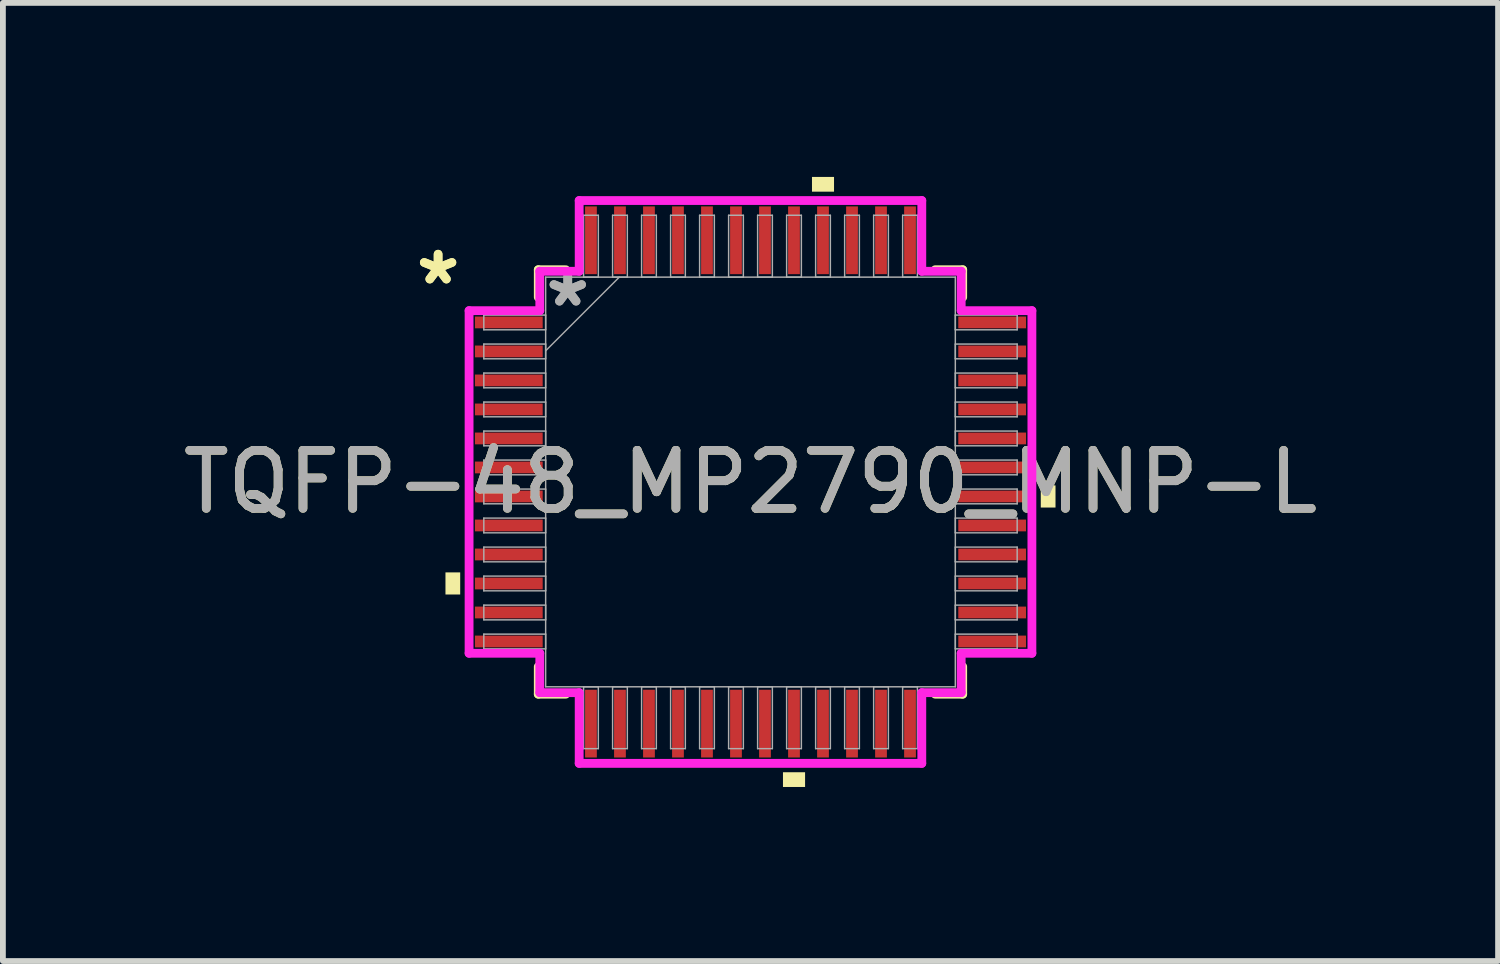
<source format=kicad_pcb>
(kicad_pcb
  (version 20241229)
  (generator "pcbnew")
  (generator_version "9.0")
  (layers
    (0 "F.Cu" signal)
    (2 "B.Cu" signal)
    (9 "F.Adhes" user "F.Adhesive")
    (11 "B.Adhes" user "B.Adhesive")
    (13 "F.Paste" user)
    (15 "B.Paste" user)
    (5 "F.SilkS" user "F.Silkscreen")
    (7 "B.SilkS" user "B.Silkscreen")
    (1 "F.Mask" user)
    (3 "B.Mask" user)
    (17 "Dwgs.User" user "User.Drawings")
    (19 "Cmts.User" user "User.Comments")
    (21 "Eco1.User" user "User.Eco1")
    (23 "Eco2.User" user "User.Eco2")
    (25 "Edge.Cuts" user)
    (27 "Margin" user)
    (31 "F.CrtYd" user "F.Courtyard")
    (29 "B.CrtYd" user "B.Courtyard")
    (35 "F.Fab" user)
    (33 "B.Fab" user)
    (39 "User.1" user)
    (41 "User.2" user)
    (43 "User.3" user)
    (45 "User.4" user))
  (footprint "TQFP-48_MP2790_MNP-L"
    (layer "F.Cu")
    (at 9.887 5.258)
    (property "Reference" "TQFP-48_MP2790_MNP-L" (at 0 0 0) (unlocked yes) (layer "F.SilkS") (effects (font (size 1 1) (thickness 0.15))))
    (attr smd)
    (fp_line (start -3.658 -3.658) (end -3.658 -3.184) (stroke (width 0.152) (type solid)) (layer "F.SilkS"))
    (fp_line (start -3.658 3.184) (end -3.658 3.658) (stroke (width 0.152) (type solid)) (layer "F.SilkS"))
    (fp_line (start -3.658 3.658) (end -3.184 3.658) (stroke (width 0.152) (type solid)) (layer "F.SilkS"))
    (fp_line (start -3.184 -3.658) (end -3.658 -3.658) (stroke (width 0.152) (type solid)) (layer "F.SilkS"))
    (fp_line (start 3.184 3.658) (end 3.658 3.658) (stroke (width 0.152) (type solid)) (layer "F.SilkS"))
    (fp_line (start 3.658 -3.658) (end 3.184 -3.658) (stroke (width 0.152) (type solid)) (layer "F.SilkS"))
    (fp_line (start 3.658 -3.184) (end 3.658 -3.658) (stroke (width 0.152) (type solid)) (layer "F.SilkS"))
    (fp_line (start 3.658 3.658) (end 3.658 3.184) (stroke (width 0.152) (type solid)) (layer "F.SilkS"))
    (fp_poly (pts (xy -5.258 1.559) (xy -5.258 1.94) (xy -5.004 1.94) (xy -5.004 1.559)) (stroke (width 0) (type solid)) (fill yes) (layer "F.SilkS"))
    (fp_poly (pts (xy 0.56 5.004) (xy 0.56 5.258) (xy 0.941 5.258) (xy 0.941 5.004)) (stroke (width 0) (type solid)) (fill yes) (layer "F.SilkS"))
    (fp_poly (pts (xy 1.06 -5.004) (xy 1.06 -5.258) (xy 1.44 -5.258) (xy 1.44 -5.004)) (stroke (width 0) (type solid)) (fill yes) (layer "F.SilkS"))
    (fp_poly (pts (xy 5.258 0.059) (xy 5.258 0.441) (xy 5.004 0.441) (xy 5.004 0.059)) (stroke (width 0) (type solid)) (fill yes) (layer "F.SilkS"))
    (fp_line (start -4.851 -2.953) (end -3.632 -2.953) (stroke (width 0.152) (type solid)) (layer "F.CrtYd"))
    (fp_line (start -4.851 2.953) (end -4.851 -2.953) (stroke (width 0.152) (type solid)) (layer "F.CrtYd"))
    (fp_line (start -3.632 -3.632) (end -2.953 -3.632) (stroke (width 0.152) (type solid)) (layer "F.CrtYd"))
    (fp_line (start -3.632 -2.953) (end -3.632 -3.632) (stroke (width 0.152) (type solid)) (layer "F.CrtYd"))
    (fp_line (start -3.632 2.953) (end -4.851 2.953) (stroke (width 0.152) (type solid)) (layer "F.CrtYd"))
    (fp_line (start -3.632 3.632) (end -3.632 2.953) (stroke (width 0.152) (type solid)) (layer "F.CrtYd"))
    (fp_line (start -3.632 3.632) (end -2.953 3.632) (stroke (width 0.152) (type solid)) (layer "F.CrtYd"))
    (fp_line (start -2.953 -4.851) (end 2.953 -4.851) (stroke (width 0.152) (type solid)) (layer "F.CrtYd"))
    (fp_line (start -2.953 -3.632) (end -2.953 -4.851) (stroke (width 0.152) (type solid)) (layer "F.CrtYd"))
    (fp_line (start -2.953 3.632) (end -2.953 4.851) (stroke (width 0.152) (type solid)) (layer "F.CrtYd"))
    (fp_line (start -2.953 4.851) (end 2.953 4.851) (stroke (width 0.152) (type solid)) (layer "F.CrtYd"))
    (fp_line (start 2.953 -4.851) (end 2.953 -3.632) (stroke (width 0.152) (type solid)) (layer "F.CrtYd"))
    (fp_line (start 2.953 -3.632) (end 3.632 -3.632) (stroke (width 0.152) (type solid)) (layer "F.CrtYd"))
    (fp_line (start 2.953 3.632) (end 3.632 3.632) (stroke (width 0.152) (type solid)) (layer "F.CrtYd"))
    (fp_line (start 2.953 4.851) (end 2.953 3.632) (stroke (width 0.152) (type solid)) (layer "F.CrtYd"))
    (fp_line (start 3.632 -2.953) (end 3.632 -3.632) (stroke (width 0.152) (type solid)) (layer "F.CrtYd"))
    (fp_line (start 3.632 2.953) (end 4.851 2.953) (stroke (width 0.152) (type solid)) (layer "F.CrtYd"))
    (fp_line (start 3.632 3.632) (end 3.632 2.953) (stroke (width 0.152) (type solid)) (layer "F.CrtYd"))
    (fp_line (start 4.851 -2.953) (end 3.632 -2.953) (stroke (width 0.152) (type solid)) (layer "F.CrtYd"))
    (fp_line (start 4.851 2.953) (end 4.851 -2.953) (stroke (width 0.152) (type solid)) (layer "F.CrtYd"))
    (fp_line (start -4.597 -2.877) (end -4.597 -2.623) (stroke (width 0.025) (type solid)) (layer "F.Fab"))
    (fp_line (start -4.597 -2.623) (end -3.531 -2.623) (stroke (width 0.025) (type solid)) (layer "F.Fab"))
    (fp_line (start -4.597 -2.377) (end -4.597 -2.123) (stroke (width 0.025) (type solid)) (layer "F.Fab"))
    (fp_line (start -4.597 -2.123) (end -3.531 -2.123) (stroke (width 0.025) (type solid)) (layer "F.Fab"))
    (fp_line (start -4.597 -1.877) (end -4.597 -1.623) (stroke (width 0.025) (type solid)) (layer "F.Fab"))
    (fp_line (start -4.597 -1.623) (end -3.531 -1.623) (stroke (width 0.025) (type solid)) (layer "F.Fab"))
    (fp_line (start -4.597 -1.377) (end -4.597 -1.123) (stroke (width 0.025) (type solid)) (layer "F.Fab"))
    (fp_line (start -4.597 -1.123) (end -3.531 -1.123) (stroke (width 0.025) (type solid)) (layer "F.Fab"))
    (fp_line (start -4.597 -0.877) (end -4.597 -0.623) (stroke (width 0.025) (type solid)) (layer "F.Fab"))
    (fp_line (start -4.597 -0.623) (end -3.531 -0.623) (stroke (width 0.025) (type solid)) (layer "F.Fab"))
    (fp_line (start -4.597 -0.377) (end -4.597 -0.123) (stroke (width 0.025) (type solid)) (layer "F.Fab"))
    (fp_line (start -4.597 -0.123) (end -3.531 -0.123) (stroke (width 0.025) (type solid)) (layer "F.Fab"))
    (fp_line (start -4.597 0.123) (end -4.597 0.377) (stroke (width 0.025) (type solid)) (layer "F.Fab"))
    (fp_line (start -4.597 0.377) (end -3.531 0.377) (stroke (width 0.025) (type solid)) (layer "F.Fab"))
    (fp_line (start -4.597 0.623) (end -4.597 0.877) (stroke (width 0.025) (type solid)) (layer "F.Fab"))
    (fp_line (start -4.597 0.877) (end -3.531 0.877) (stroke (width 0.025) (type solid)) (layer "F.Fab"))
    (fp_line (start -4.597 1.123) (end -4.597 1.377) (stroke (width 0.025) (type solid)) (layer "F.Fab"))
    (fp_line (start -4.597 1.377) (end -3.531 1.377) (stroke (width 0.025) (type solid)) (layer "F.Fab"))
    (fp_line (start -4.597 1.623) (end -4.597 1.877) (stroke (width 0.025) (type solid)) (layer "F.Fab"))
    (fp_line (start -4.597 1.877) (end -3.531 1.877) (stroke (width 0.025) (type solid)) (layer "F.Fab"))
    (fp_line (start -4.597 2.123) (end -4.597 2.377) (stroke (width 0.025) (type solid)) (layer "F.Fab"))
    (fp_line (start -4.597 2.377) (end -3.531 2.377) (stroke (width 0.025) (type solid)) (layer "F.Fab"))
    (fp_line (start -4.597 2.623) (end -4.597 2.877) (stroke (width 0.025) (type solid)) (layer "F.Fab"))
    (fp_line (start -4.597 2.877) (end -3.531 2.877) (stroke (width 0.025) (type solid)) (layer "F.Fab"))
    (fp_line (start -3.531 -3.531) (end -3.531 3.531) (stroke (width 0.025) (type solid)) (layer "F.Fab"))
    (fp_line (start -3.531 -2.877) (end -4.597 -2.877) (stroke (width 0.025) (type solid)) (layer "F.Fab"))
    (fp_line (start -3.531 -2.623) (end -3.531 -2.877) (stroke (width 0.025) (type solid)) (layer "F.Fab"))
    (fp_line (start -3.531 -2.377) (end -4.597 -2.377) (stroke (width 0.025) (type solid)) (layer "F.Fab"))
    (fp_line (start -3.531 -2.261) (end -2.261 -3.531) (stroke (width 0.025) (type solid)) (layer "F.Fab"))
    (fp_line (start -3.531 -2.123) (end -3.531 -2.377) (stroke (width 0.025) (type solid)) (layer "F.Fab"))
    (fp_line (start -3.531 -1.877) (end -4.597 -1.877) (stroke (width 0.025) (type solid)) (layer "F.Fab"))
    (fp_line (start -3.531 -1.623) (end -3.531 -1.877) (stroke (width 0.025) (type solid)) (layer "F.Fab"))
    (fp_line (start -3.531 -1.377) (end -4.597 -1.377) (stroke (width 0.025) (type solid)) (layer "F.Fab"))
    (fp_line (start -3.531 -1.123) (end -3.531 -1.377) (stroke (width 0.025) (type solid)) (layer "F.Fab"))
    (fp_line (start -3.531 -0.877) (end -4.597 -0.877) (stroke (width 0.025) (type solid)) (layer "F.Fab"))
    (fp_line (start -3.531 -0.623) (end -3.531 -0.877) (stroke (width 0.025) (type solid)) (layer "F.Fab"))
    (fp_line (start -3.531 -0.377) (end -4.597 -0.377) (stroke (width 0.025) (type solid)) (layer "F.Fab"))
    (fp_line (start -3.531 -0.123) (end -3.531 -0.377) (stroke (width 0.025) (type solid)) (layer "F.Fab"))
    (fp_line (start -3.531 0.123) (end -4.597 0.123) (stroke (width 0.025) (type solid)) (layer "F.Fab"))
    (fp_line (start -3.531 0.377) (end -3.531 0.123) (stroke (width 0.025) (type solid)) (layer "F.Fab"))
    (fp_line (start -3.531 0.623) (end -4.597 0.623) (stroke (width 0.025) (type solid)) (layer "F.Fab"))
    (fp_line (start -3.531 0.877) (end -3.531 0.623) (stroke (width 0.025) (type solid)) (layer "F.Fab"))
    (fp_line (start -3.531 1.123) (end -4.597 1.123) (stroke (width 0.025) (type solid)) (layer "F.Fab"))
    (fp_line (start -3.531 1.377) (end -3.531 1.123) (stroke (width 0.025) (type solid)) (layer "F.Fab"))
    (fp_line (start -3.531 1.623) (end -4.597 1.623) (stroke (width 0.025) (type solid)) (layer "F.Fab"))
    (fp_line (start -3.531 1.877) (end -3.531 1.623) (stroke (width 0.025) (type solid)) (layer "F.Fab"))
    (fp_line (start -3.531 2.123) (end -4.597 2.123) (stroke (width 0.025) (type solid)) (layer "F.Fab"))
    (fp_line (start -3.531 2.377) (end -3.531 2.123) (stroke (width 0.025) (type solid)) (layer "F.Fab"))
    (fp_line (start -3.531 2.623) (end -4.597 2.623) (stroke (width 0.025) (type solid)) (layer "F.Fab"))
    (fp_line (start -3.531 2.877) (end -3.531 2.623) (stroke (width 0.025) (type solid)) (layer "F.Fab"))
    (fp_line (start -3.531 3.531) (end 3.531 3.531) (stroke (width 0.025) (type solid)) (layer "F.Fab"))
    (fp_line (start -2.877 -4.597) (end -2.877 -3.531) (stroke (width 0.025) (type solid)) (layer "F.Fab"))
    (fp_line (start -2.877 -3.531) (end -2.623 -3.531) (stroke (width 0.025) (type solid)) (layer "F.Fab"))
    (fp_line (start -2.877 3.531) (end -2.877 4.597) (stroke (width 0.025) (type solid)) (layer "F.Fab"))
    (fp_line (start -2.877 4.597) (end -2.623 4.597) (stroke (width 0.025) (type solid)) (layer "F.Fab"))
    (fp_line (start -2.623 -4.597) (end -2.877 -4.597) (stroke (width 0.025) (type solid)) (layer "F.Fab"))
    (fp_line (start -2.623 -3.531) (end -2.623 -4.597) (stroke (width 0.025) (type solid)) (layer "F.Fab"))
    (fp_line (start -2.623 3.531) (end -2.877 3.531) (stroke (width 0.025) (type solid)) (layer "F.Fab"))
    (fp_line (start -2.623 4.597) (end -2.623 3.531) (stroke (width 0.025) (type solid)) (layer "F.Fab"))
    (fp_line (start -2.377 -4.597) (end -2.377 -3.531) (stroke (width 0.025) (type solid)) (layer "F.Fab"))
    (fp_line (start -2.377 -3.531) (end -2.123 -3.531) (stroke (width 0.025) (type solid)) (layer "F.Fab"))
    (fp_line (start -2.377 3.531) (end -2.377 4.597) (stroke (width 0.025) (type solid)) (layer "F.Fab"))
    (fp_line (start -2.377 4.597) (end -2.123 4.597) (stroke (width 0.025) (type solid)) (layer "F.Fab"))
    (fp_line (start -2.123 -4.597) (end -2.377 -4.597) (stroke (width 0.025) (type solid)) (layer "F.Fab"))
    (fp_line (start -2.123 -3.531) (end -2.123 -4.597) (stroke (width 0.025) (type solid)) (layer "F.Fab"))
    (fp_line (start -2.123 3.531) (end -2.377 3.531) (stroke (width 0.025) (type solid)) (layer "F.Fab"))
    (fp_line (start -2.123 4.597) (end -2.123 3.531) (stroke (width 0.025) (type solid)) (layer "F.Fab"))
    (fp_line (start -1.877 -4.597) (end -1.877 -3.531) (stroke (width 0.025) (type solid)) (layer "F.Fab"))
    (fp_line (start -1.877 -3.531) (end -1.623 -3.531) (stroke (width 0.025) (type solid)) (layer "F.Fab"))
    (fp_line (start -1.877 3.531) (end -1.877 4.597) (stroke (width 0.025) (type solid)) (layer "F.Fab"))
    (fp_line (start -1.877 4.597) (end -1.623 4.597) (stroke (width 0.025) (type solid)) (layer "F.Fab"))
    (fp_line (start -1.623 -4.597) (end -1.877 -4.597) (stroke (width 0.025) (type solid)) (layer "F.Fab"))
    (fp_line (start -1.623 -3.531) (end -1.623 -4.597) (stroke (width 0.025) (type solid)) (layer "F.Fab"))
    (fp_line (start -1.623 3.531) (end -1.877 3.531) (stroke (width 0.025) (type solid)) (layer "F.Fab"))
    (fp_line (start -1.623 4.597) (end -1.623 3.531) (stroke (width 0.025) (type solid)) (layer "F.Fab"))
    (fp_line (start -1.377 -4.597) (end -1.377 -3.531) (stroke (width 0.025) (type solid)) (layer "F.Fab"))
    (fp_line (start -1.377 -3.531) (end -1.123 -3.531) (stroke (width 0.025) (type solid)) (layer "F.Fab"))
    (fp_line (start -1.377 3.531) (end -1.377 4.597) (stroke (width 0.025) (type solid)) (layer "F.Fab"))
    (fp_line (start -1.377 4.597) (end -1.123 4.597) (stroke (width 0.025) (type solid)) (layer "F.Fab"))
    (fp_line (start -1.123 -4.597) (end -1.377 -4.597) (stroke (width 0.025) (type solid)) (layer "F.Fab"))
    (fp_line (start -1.123 -3.531) (end -1.123 -4.597) (stroke (width 0.025) (type solid)) (layer "F.Fab"))
    (fp_line (start -1.123 3.531) (end -1.377 3.531) (stroke (width 0.025) (type solid)) (layer "F.Fab"))
    (fp_line (start -1.123 4.597) (end -1.123 3.531) (stroke (width 0.025) (type solid)) (layer "F.Fab"))
    (fp_line (start -0.877 -4.597) (end -0.877 -3.531) (stroke (width 0.025) (type solid)) (layer "F.Fab"))
    (fp_line (start -0.877 -3.531) (end -0.623 -3.531) (stroke (width 0.025) (type solid)) (layer "F.Fab"))
    (fp_line (start -0.877 3.531) (end -0.877 4.597) (stroke (width 0.025) (type solid)) (layer "F.Fab"))
    (fp_line (start -0.877 4.597) (end -0.623 4.597) (stroke (width 0.025) (type solid)) (layer "F.Fab"))
    (fp_line (start -0.623 -4.597) (end -0.877 -4.597) (stroke (width 0.025) (type solid)) (layer "F.Fab"))
    (fp_line (start -0.623 -3.531) (end -0.623 -4.597) (stroke (width 0.025) (type solid)) (layer "F.Fab"))
    (fp_line (start -0.623 3.531) (end -0.877 3.531) (stroke (width 0.025) (type solid)) (layer "F.Fab"))
    (fp_line (start -0.623 4.597) (end -0.623 3.531) (stroke (width 0.025) (type solid)) (layer "F.Fab"))
    (fp_line (start -0.377 -4.597) (end -0.377 -3.531) (stroke (width 0.025) (type solid)) (layer "F.Fab"))
    (fp_line (start -0.377 -3.531) (end -0.123 -3.531) (stroke (width 0.025) (type solid)) (layer "F.Fab"))
    (fp_line (start -0.377 3.531) (end -0.377 4.597) (stroke (width 0.025) (type solid)) (layer "F.Fab"))
    (fp_line (start -0.377 4.597) (end -0.123 4.597) (stroke (width 0.025) (type solid)) (layer "F.Fab"))
    (fp_line (start -0.123 -4.597) (end -0.377 -4.597) (stroke (width 0.025) (type solid)) (layer "F.Fab"))
    (fp_line (start -0.123 -3.531) (end -0.123 -4.597) (stroke (width 0.025) (type solid)) (layer "F.Fab"))
    (fp_line (start -0.123 3.531) (end -0.377 3.531) (stroke (width 0.025) (type solid)) (layer "F.Fab"))
    (fp_line (start -0.123 4.597) (end -0.123 3.531) (stroke (width 0.025) (type solid)) (layer "F.Fab"))
    (fp_line (start 0.123 -4.597) (end 0.123 -3.531) (stroke (width 0.025) (type solid)) (layer "F.Fab"))
    (fp_line (start 0.123 -3.531) (end 0.377 -3.531) (stroke (width 0.025) (type solid)) (layer "F.Fab"))
    (fp_line (start 0.123 3.531) (end 0.123 4.597) (stroke (width 0.025) (type solid)) (layer "F.Fab"))
    (fp_line (start 0.123 4.597) (end 0.377 4.597) (stroke (width 0.025) (type solid)) (layer "F.Fab"))
    (fp_line (start 0.377 -4.597) (end 0.123 -4.597) (stroke (width 0.025) (type solid)) (layer "F.Fab"))
    (fp_line (start 0.377 -3.531) (end 0.377 -4.597) (stroke (width 0.025) (type solid)) (layer "F.Fab"))
    (fp_line (start 0.377 3.531) (end 0.123 3.531) (stroke (width 0.025) (type solid)) (layer "F.Fab"))
    (fp_line (start 0.377 4.597) (end 0.377 3.531) (stroke (width 0.025) (type solid)) (layer "F.Fab"))
    (fp_line (start 0.623 -4.597) (end 0.623 -3.531) (stroke (width 0.025) (type solid)) (layer "F.Fab"))
    (fp_line (start 0.623 -3.531) (end 0.877 -3.531) (stroke (width 0.025) (type solid)) (layer "F.Fab"))
    (fp_line (start 0.623 3.531) (end 0.623 4.597) (stroke (width 0.025) (type solid)) (layer "F.Fab"))
    (fp_line (start 0.623 4.597) (end 0.877 4.597) (stroke (width 0.025) (type solid)) (layer "F.Fab"))
    (fp_line (start 0.877 -4.597) (end 0.623 -4.597) (stroke (width 0.025) (type solid)) (layer "F.Fab"))
    (fp_line (start 0.877 -3.531) (end 0.877 -4.597) (stroke (width 0.025) (type solid)) (layer "F.Fab"))
    (fp_line (start 0.877 3.531) (end 0.623 3.531) (stroke (width 0.025) (type solid)) (layer "F.Fab"))
    (fp_line (start 0.877 4.597) (end 0.877 3.531) (stroke (width 0.025) (type solid)) (layer "F.Fab"))
    (fp_line (start 1.123 -4.597) (end 1.123 -3.531) (stroke (width 0.025) (type solid)) (layer "F.Fab"))
    (fp_line (start 1.123 -3.531) (end 1.377 -3.531) (stroke (width 0.025) (type solid)) (layer "F.Fab"))
    (fp_line (start 1.123 3.531) (end 1.123 4.597) (stroke (width 0.025) (type solid)) (layer "F.Fab"))
    (fp_line (start 1.123 4.597) (end 1.377 4.597) (stroke (width 0.025) (type solid)) (layer "F.Fab"))
    (fp_line (start 1.377 -4.597) (end 1.123 -4.597) (stroke (width 0.025) (type solid)) (layer "F.Fab"))
    (fp_line (start 1.377 -3.531) (end 1.377 -4.597) (stroke (width 0.025) (type solid)) (layer "F.Fab"))
    (fp_line (start 1.377 3.531) (end 1.123 3.531) (stroke (width 0.025) (type solid)) (layer "F.Fab"))
    (fp_line (start 1.377 4.597) (end 1.377 3.531) (stroke (width 0.025) (type solid)) (layer "F.Fab"))
    (fp_line (start 1.623 -4.597) (end 1.623 -3.531) (stroke (width 0.025) (type solid)) (layer "F.Fab"))
    (fp_line (start 1.623 -3.531) (end 1.877 -3.531) (stroke (width 0.025) (type solid)) (layer "F.Fab"))
    (fp_line (start 1.623 3.531) (end 1.623 4.597) (stroke (width 0.025) (type solid)) (layer "F.Fab"))
    (fp_line (start 1.623 4.597) (end 1.877 4.597) (stroke (width 0.025) (type solid)) (layer "F.Fab"))
    (fp_line (start 1.877 -4.597) (end 1.623 -4.597) (stroke (width 0.025) (type solid)) (layer "F.Fab"))
    (fp_line (start 1.877 -3.531) (end 1.877 -4.597) (stroke (width 0.025) (type solid)) (layer "F.Fab"))
    (fp_line (start 1.877 3.531) (end 1.623 3.531) (stroke (width 0.025) (type solid)) (layer "F.Fab"))
    (fp_line (start 1.877 4.597) (end 1.877 3.531) (stroke (width 0.025) (type solid)) (layer "F.Fab"))
    (fp_line (start 2.123 -4.597) (end 2.123 -3.531) (stroke (width 0.025) (type solid)) (layer "F.Fab"))
    (fp_line (start 2.123 -3.531) (end 2.377 -3.531) (stroke (width 0.025) (type solid)) (layer "F.Fab"))
    (fp_line (start 2.123 3.531) (end 2.123 4.597) (stroke (width 0.025) (type solid)) (layer "F.Fab"))
    (fp_line (start 2.123 4.597) (end 2.377 4.597) (stroke (width 0.025) (type solid)) (layer "F.Fab"))
    (fp_line (start 2.377 -4.597) (end 2.123 -4.597) (stroke (width 0.025) (type solid)) (layer "F.Fab"))
    (fp_line (start 2.377 -3.531) (end 2.377 -4.597) (stroke (width 0.025) (type solid)) (layer "F.Fab"))
    (fp_line (start 2.377 3.531) (end 2.123 3.531) (stroke (width 0.025) (type solid)) (layer "F.Fab"))
    (fp_line (start 2.377 4.597) (end 2.377 3.531) (stroke (width 0.025) (type solid)) (layer "F.Fab"))
    (fp_line (start 2.623 -4.597) (end 2.623 -3.531) (stroke (width 0.025) (type solid)) (layer "F.Fab"))
    (fp_line (start 2.623 -3.531) (end 2.877 -3.531) (stroke (width 0.025) (type solid)) (layer "F.Fab"))
    (fp_line (start 2.623 3.531) (end 2.623 4.597) (stroke (width 0.025) (type solid)) (layer "F.Fab"))
    (fp_line (start 2.623 4.597) (end 2.877 4.597) (stroke (width 0.025) (type solid)) (layer "F.Fab"))
    (fp_line (start 2.877 -4.597) (end 2.623 -4.597) (stroke (width 0.025) (type solid)) (layer "F.Fab"))
    (fp_line (start 2.877 -3.531) (end 2.877 -4.597) (stroke (width 0.025) (type solid)) (layer "F.Fab"))
    (fp_line (start 2.877 3.531) (end 2.623 3.531) (stroke (width 0.025) (type solid)) (layer "F.Fab"))
    (fp_line (start 2.877 4.597) (end 2.877 3.531) (stroke (width 0.025) (type solid)) (layer "F.Fab"))
    (fp_line (start 3.531 -3.531) (end -3.531 -3.531) (stroke (width 0.025) (type solid)) (layer "F.Fab"))
    (fp_line (start 3.531 -2.877) (end 3.531 -2.623) (stroke (width 0.025) (type solid)) (layer "F.Fab"))
    (fp_line (start 3.531 -2.623) (end 4.597 -2.623) (stroke (width 0.025) (type solid)) (layer "F.Fab"))
    (fp_line (start 3.531 -2.377) (end 3.531 -2.123) (stroke (width 0.025) (type solid)) (layer "F.Fab"))
    (fp_line (start 3.531 -2.123) (end 4.597 -2.123) (stroke (width 0.025) (type solid)) (layer "F.Fab"))
    (fp_line (start 3.531 -1.877) (end 3.531 -1.623) (stroke (width 0.025) (type solid)) (layer "F.Fab"))
    (fp_line (start 3.531 -1.623) (end 4.597 -1.623) (stroke (width 0.025) (type solid)) (layer "F.Fab"))
    (fp_line (start 3.531 -1.377) (end 3.531 -1.123) (stroke (width 0.025) (type solid)) (layer "F.Fab"))
    (fp_line (start 3.531 -1.123) (end 4.597 -1.123) (stroke (width 0.025) (type solid)) (layer "F.Fab"))
    (fp_line (start 3.531 -0.877) (end 3.531 -0.623) (stroke (width 0.025) (type solid)) (layer "F.Fab"))
    (fp_line (start 3.531 -0.623) (end 4.597 -0.623) (stroke (width 0.025) (type solid)) (layer "F.Fab"))
    (fp_line (start 3.531 -0.377) (end 3.531 -0.123) (stroke (width 0.025) (type solid)) (layer "F.Fab"))
    (fp_line (start 3.531 -0.123) (end 4.597 -0.123) (stroke (width 0.025) (type solid)) (layer "F.Fab"))
    (fp_line (start 3.531 0.123) (end 3.531 0.377) (stroke (width 0.025) (type solid)) (layer "F.Fab"))
    (fp_line (start 3.531 0.377) (end 4.597 0.377) (stroke (width 0.025) (type solid)) (layer "F.Fab"))
    (fp_line (start 3.531 0.623) (end 3.531 0.877) (stroke (width 0.025) (type solid)) (layer "F.Fab"))
    (fp_line (start 3.531 0.877) (end 4.597 0.877) (stroke (width 0.025) (type solid)) (layer "F.Fab"))
    (fp_line (start 3.531 1.123) (end 3.531 1.377) (stroke (width 0.025) (type solid)) (layer "F.Fab"))
    (fp_line (start 3.531 1.377) (end 4.597 1.377) (stroke (width 0.025) (type solid)) (layer "F.Fab"))
    (fp_line (start 3.531 1.623) (end 3.531 1.877) (stroke (width 0.025) (type solid)) (layer "F.Fab"))
    (fp_line (start 3.531 1.877) (end 4.597 1.877) (stroke (width 0.025) (type solid)) (layer "F.Fab"))
    (fp_line (start 3.531 2.123) (end 3.531 2.377) (stroke (width 0.025) (type solid)) (layer "F.Fab"))
    (fp_line (start 3.531 2.377) (end 4.597 2.377) (stroke (width 0.025) (type solid)) (layer "F.Fab"))
    (fp_line (start 3.531 2.623) (end 3.531 2.877) (stroke (width 0.025) (type solid)) (layer "F.Fab"))
    (fp_line (start 3.531 2.877) (end 4.597 2.877) (stroke (width 0.025) (type solid)) (layer "F.Fab"))
    (fp_line (start 3.531 3.531) (end 3.531 -3.531) (stroke (width 0.025) (type solid)) (layer "F.Fab"))
    (fp_line (start 4.597 -2.877) (end 3.531 -2.877) (stroke (width 0.025) (type solid)) (layer "F.Fab"))
    (fp_line (start 4.597 -2.623) (end 4.597 -2.877) (stroke (width 0.025) (type solid)) (layer "F.Fab"))
    (fp_line (start 4.597 -2.377) (end 3.531 -2.377) (stroke (width 0.025) (type solid)) (layer "F.Fab"))
    (fp_line (start 4.597 -2.123) (end 4.597 -2.377) (stroke (width 0.025) (type solid)) (layer "F.Fab"))
    (fp_line (start 4.597 -1.877) (end 3.531 -1.877) (stroke (width 0.025) (type solid)) (layer "F.Fab"))
    (fp_line (start 4.597 -1.623) (end 4.597 -1.877) (stroke (width 0.025) (type solid)) (layer "F.Fab"))
    (fp_line (start 4.597 -1.377) (end 3.531 -1.377) (stroke (width 0.025) (type solid)) (layer "F.Fab"))
    (fp_line (start 4.597 -1.123) (end 4.597 -1.377) (stroke (width 0.025) (type solid)) (layer "F.Fab"))
    (fp_line (start 4.597 -0.877) (end 3.531 -0.877) (stroke (width 0.025) (type solid)) (layer "F.Fab"))
    (fp_line (start 4.597 -0.623) (end 4.597 -0.877) (stroke (width 0.025) (type solid)) (layer "F.Fab"))
    (fp_line (start 4.597 -0.377) (end 3.531 -0.377) (stroke (width 0.025) (type solid)) (layer "F.Fab"))
    (fp_line (start 4.597 -0.123) (end 4.597 -0.377) (stroke (width 0.025) (type solid)) (layer "F.Fab"))
    (fp_line (start 4.597 0.123) (end 3.531 0.123) (stroke (width 0.025) (type solid)) (layer "F.Fab"))
    (fp_line (start 4.597 0.377) (end 4.597 0.123) (stroke (width 0.025) (type solid)) (layer "F.Fab"))
    (fp_line (start 4.597 0.623) (end 3.531 0.623) (stroke (width 0.025) (type solid)) (layer "F.Fab"))
    (fp_line (start 4.597 0.877) (end 4.597 0.623) (stroke (width 0.025) (type solid)) (layer "F.Fab"))
    (fp_line (start 4.597 1.123) (end 3.531 1.123) (stroke (width 0.025) (type solid)) (layer "F.Fab"))
    (fp_line (start 4.597 1.377) (end 4.597 1.123) (stroke (width 0.025) (type solid)) (layer "F.Fab"))
    (fp_line (start 4.597 1.623) (end 3.531 1.623) (stroke (width 0.025) (type solid)) (layer "F.Fab"))
    (fp_line (start 4.597 1.877) (end 4.597 1.623) (stroke (width 0.025) (type solid)) (layer "F.Fab"))
    (fp_line (start 4.597 2.123) (end 3.531 2.123) (stroke (width 0.025) (type solid)) (layer "F.Fab"))
    (fp_line (start 4.597 2.377) (end 4.597 2.123) (stroke (width 0.025) (type solid)) (layer "F.Fab"))
    (fp_line (start 4.597 2.623) (end 3.531 2.623) (stroke (width 0.025) (type solid)) (layer "F.Fab"))
    (fp_line (start 4.597 2.877) (end 4.597 2.623) (stroke (width 0.025) (type solid)) (layer "F.Fab"))
    (fp_text user "*" (at -5.385 -3.381 0) (layer "F.SilkS") (effects (font (size 1 1) (thickness 0.15))))
    (fp_text user "*" (at -5.385 -3.381 0) (unlocked yes) (layer "F.SilkS") (effects (font (size 1 1) (thickness 0.15))))
    (fp_text user "*" (at -3.15 -3 0) (layer "F.Fab") (effects (font (size 1 1) (thickness 0.15))))
    (fp_text user "*" (at -3.15 -3 0) (unlocked yes) (layer "F.Fab") (effects (font (size 1 1) (thickness 0.15))))
    (fp_text user "${REFERENCE}" (at 0 0 0) (unlocked yes) (layer "F.Fab") (effects (font (size 1 1) (thickness 0.15))))
    (pad "1" smd rect (at -4.166 -2.75 90) (size 0.203 1.168) (layers "F.Cu" "F.Mask" "F.Paste"))
    (pad "2" smd rect (at -4.166 -2.25 90) (size 0.203 1.168) (layers "F.Cu" "F.Mask" "F.Paste"))
    (pad "3" smd rect (at -4.166 -1.75 90) (size 0.203 1.168) (layers "F.Cu" "F.Mask" "F.Paste"))
    (pad "4" smd rect (at -4.166 -1.25 90) (size 0.203 1.168) (layers "F.Cu" "F.Mask" "F.Paste"))
    (pad "5" smd rect (at -4.166 -0.75 90) (size 0.203 1.168) (layers "F.Cu" "F.Mask" "F.Paste"))
    (pad "6" smd rect (at -4.166 -0.25 90) (size 0.203 1.168) (layers "F.Cu" "F.Mask" "F.Paste"))
    (pad "7" smd rect (at -4.166 0.25 90) (size 0.203 1.168) (layers "F.Cu" "F.Mask" "F.Paste"))
    (pad "8" smd rect (at -4.166 0.75 90) (size 0.203 1.168) (layers "F.Cu" "F.Mask" "F.Paste"))
    (pad "9" smd rect (at -4.166 1.25 90) (size 0.203 1.168) (layers "F.Cu" "F.Mask" "F.Paste"))
    (pad "10" smd rect (at -4.166 1.75 90) (size 0.203 1.168) (layers "F.Cu" "F.Mask" "F.Paste"))
    (pad "11" smd rect (at -4.166 2.25 90) (size 0.203 1.168) (layers "F.Cu" "F.Mask" "F.Paste"))
    (pad "12" smd rect (at -4.166 2.75 90) (size 0.203 1.168) (layers "F.Cu" "F.Mask" "F.Paste"))
    (pad "13" smd rect (at -2.75 4.166) (size 0.203 1.168) (layers "F.Cu" "F.Mask" "F.Paste"))
    (pad "14" smd rect (at -2.25 4.166) (size 0.203 1.168) (layers "F.Cu" "F.Mask" "F.Paste"))
    (pad "15" smd rect (at -1.75 4.166) (size 0.203 1.168) (layers "F.Cu" "F.Mask" "F.Paste"))
    (pad "16" smd rect (at -1.25 4.166) (size 0.203 1.168) (layers "F.Cu" "F.Mask" "F.Paste"))
    (pad "17" smd rect (at -0.75 4.166) (size 0.203 1.168) (layers "F.Cu" "F.Mask" "F.Paste"))
    (pad "18" smd rect (at -0.25 4.166) (size 0.203 1.168) (layers "F.Cu" "F.Mask" "F.Paste"))
    (pad "19" smd rect (at 0.25 4.166) (size 0.203 1.168) (layers "F.Cu" "F.Mask" "F.Paste"))
    (pad "20" smd rect (at 0.75 4.166) (size 0.203 1.168) (layers "F.Cu" "F.Mask" "F.Paste"))
    (pad "21" smd rect (at 1.25 4.166) (size 0.203 1.168) (layers "F.Cu" "F.Mask" "F.Paste"))
    (pad "22" smd rect (at 1.75 4.166) (size 0.203 1.168) (layers "F.Cu" "F.Mask" "F.Paste"))
    (pad "23" smd rect (at 2.25 4.166) (size 0.203 1.168) (layers "F.Cu" "F.Mask" "F.Paste"))
    (pad "24" smd rect (at 2.75 4.166) (size 0.203 1.168) (layers "F.Cu" "F.Mask" "F.Paste"))
    (pad "25" smd rect (at 4.166 2.75 90) (size 0.203 1.168) (layers "F.Cu" "F.Mask" "F.Paste"))
    (pad "26" smd rect (at 4.166 2.25 90) (size 0.203 1.168) (layers "F.Cu" "F.Mask" "F.Paste"))
    (pad "27" smd rect (at 4.166 1.75 90) (size 0.203 1.168) (layers "F.Cu" "F.Mask" "F.Paste"))
    (pad "28" smd rect (at 4.166 1.25 90) (size 0.203 1.168) (layers "F.Cu" "F.Mask" "F.Paste"))
    (pad "29" smd rect (at 4.166 0.75 90) (size 0.203 1.168) (layers "F.Cu" "F.Mask" "F.Paste"))
    (pad "30" smd rect (at 4.166 0.25 90) (size 0.203 1.168) (layers "F.Cu" "F.Mask" "F.Paste"))
    (pad "31" smd rect (at 4.166 -0.25 90) (size 0.203 1.168) (layers "F.Cu" "F.Mask" "F.Paste"))
    (pad "32" smd rect (at 4.166 -0.75 90) (size 0.203 1.168) (layers "F.Cu" "F.Mask" "F.Paste"))
    (pad "33" smd rect (at 4.166 -1.25 90) (size 0.203 1.168) (layers "F.Cu" "F.Mask" "F.Paste"))
    (pad "34" smd rect (at 4.166 -1.75 90) (size 0.203 1.168) (layers "F.Cu" "F.Mask" "F.Paste"))
    (pad "35" smd rect (at 4.166 -2.25 90) (size 0.203 1.168) (layers "F.Cu" "F.Mask" "F.Paste"))
    (pad "36" smd rect (at 4.166 -2.75 90) (size 0.203 1.168) (layers "F.Cu" "F.Mask" "F.Paste"))
    (pad "37" smd rect (at 2.75 -4.166) (size 0.203 1.168) (layers "F.Cu" "F.Mask" "F.Paste"))
    (pad "38" smd rect (at 2.25 -4.166) (size 0.203 1.168) (layers "F.Cu" "F.Mask" "F.Paste"))
    (pad "39" smd rect (at 1.75 -4.166) (size 0.203 1.168) (layers "F.Cu" "F.Mask" "F.Paste"))
    (pad "40" smd rect (at 1.25 -4.166) (size 0.203 1.168) (layers "F.Cu" "F.Mask" "F.Paste"))
    (pad "41" smd rect (at 0.75 -4.166) (size 0.203 1.168) (layers "F.Cu" "F.Mask" "F.Paste"))
    (pad "42" smd rect (at 0.25 -4.166) (size 0.203 1.168) (layers "F.Cu" "F.Mask" "F.Paste"))
    (pad "43" smd rect (at -0.25 -4.166) (size 0.203 1.168) (layers "F.Cu" "F.Mask" "F.Paste"))
    (pad "44" smd rect (at -0.75 -4.166) (size 0.203 1.168) (layers "F.Cu" "F.Mask" "F.Paste"))
    (pad "45" smd rect (at -1.25 -4.166) (size 0.203 1.168) (layers "F.Cu" "F.Mask" "F.Paste"))
    (pad "46" smd rect (at -1.75 -4.166) (size 0.203 1.168) (layers "F.Cu" "F.Mask" "F.Paste"))
    (pad "47" smd rect (at -2.25 -4.166) (size 0.203 1.168) (layers "F.Cu" "F.Mask" "F.Paste"))
    (pad "48" smd rect (at -2.75 -4.166) (size 0.203 1.168) (layers "F.Cu" "F.Mask" "F.Paste")))
  (gr_rect
    (start -3 -3)
    (end 22.774 13.516)
    (stroke (width 0.1) (type default))
    (fill no)
    (layer "Edge.Cuts")))
</source>
